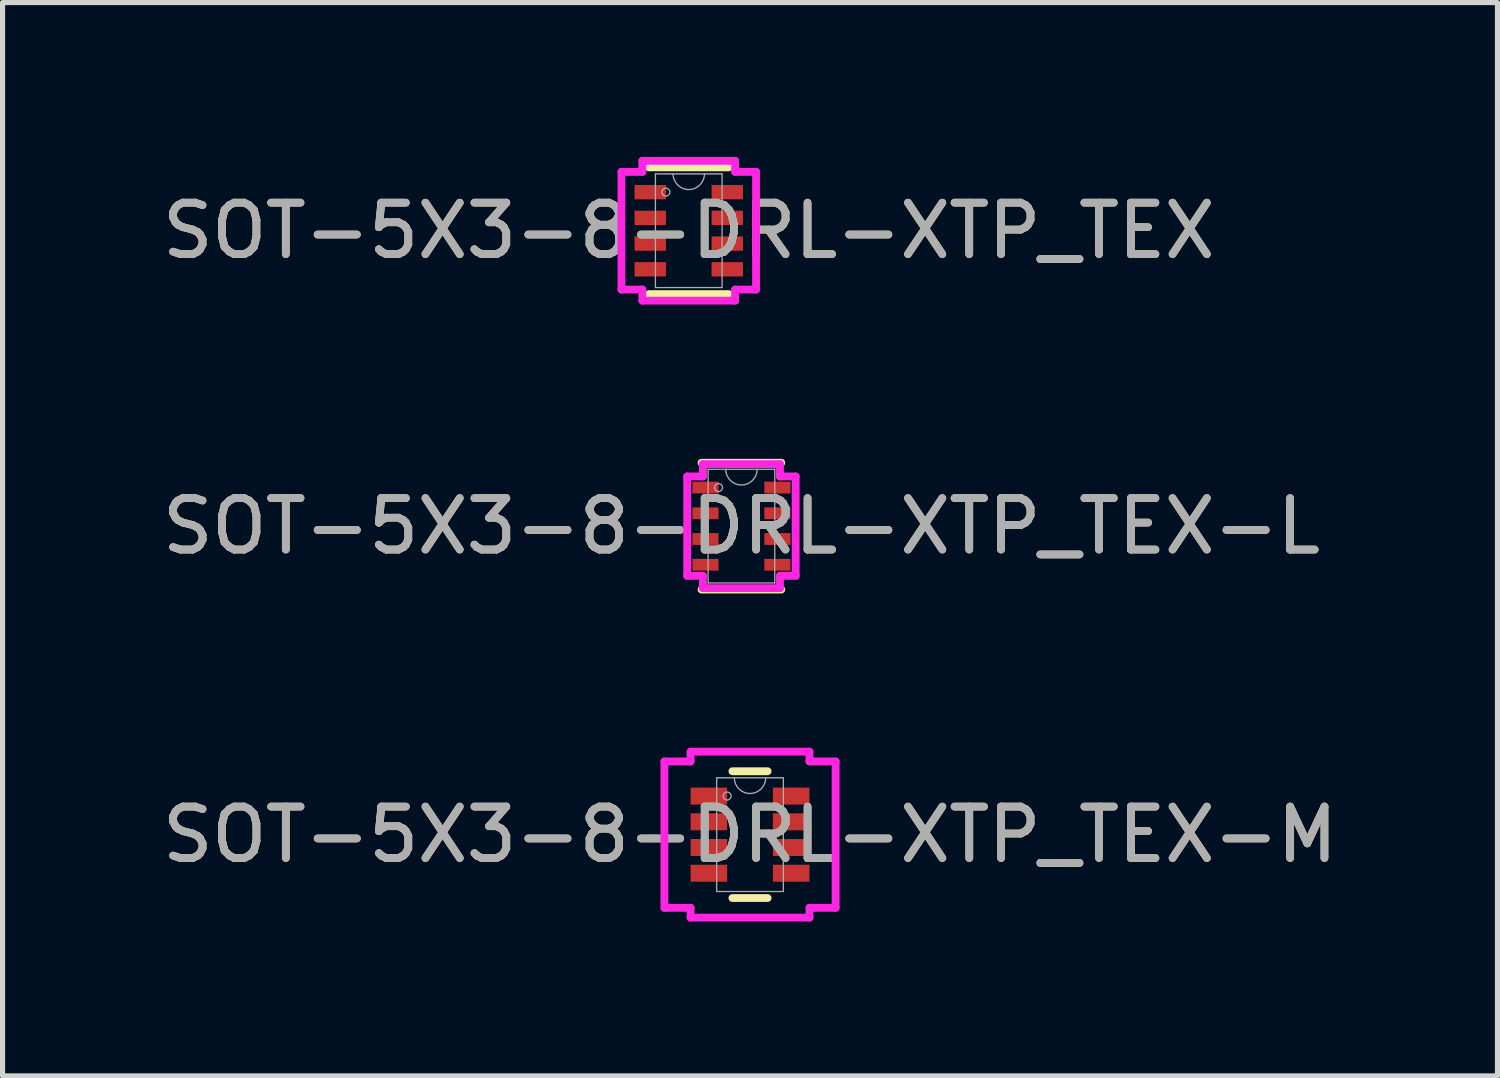
<source format=kicad_pcb>
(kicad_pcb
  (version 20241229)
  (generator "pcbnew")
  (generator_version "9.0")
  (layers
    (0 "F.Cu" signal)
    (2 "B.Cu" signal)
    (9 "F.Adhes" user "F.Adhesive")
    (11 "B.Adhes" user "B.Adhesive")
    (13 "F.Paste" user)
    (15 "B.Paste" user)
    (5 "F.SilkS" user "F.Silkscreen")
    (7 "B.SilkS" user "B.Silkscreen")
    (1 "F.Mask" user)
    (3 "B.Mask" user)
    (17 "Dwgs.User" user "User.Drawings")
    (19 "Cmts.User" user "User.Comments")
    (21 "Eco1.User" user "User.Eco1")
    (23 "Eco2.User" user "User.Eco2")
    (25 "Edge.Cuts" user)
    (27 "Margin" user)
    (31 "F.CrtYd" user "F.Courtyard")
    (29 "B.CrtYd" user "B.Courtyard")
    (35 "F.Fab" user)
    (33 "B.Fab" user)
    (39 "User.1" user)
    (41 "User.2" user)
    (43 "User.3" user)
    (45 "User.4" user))
  (footprint "SOT-5X3-8-DRL-XTP_TEX-L"
    (layer "F.Cu")
    (at 11.363 7.178)
    (property "Reference" "SOT-5X3-8-DRL-XTP_TEX-L" (at 0 0 0) (unlocked yes) (layer "F.SilkS") (effects (font (size 1 1) (thickness 0.15))))
    (attr smd)
    (fp_line (start -0.775 1.232) (end 0.775 1.232) (stroke (width 0.152) (type solid)) (layer "F.SilkS"))
    (fp_line (start 0.775 -1.232) (end -0.775 -1.232) (stroke (width 0.152) (type solid)) (layer "F.SilkS"))
    (fp_line (start -1.054 -0.966) (end -0.749 -0.966) (stroke (width 0.152) (type solid)) (layer "F.CrtYd"))
    (fp_line (start -1.054 0.966) (end -1.054 -0.966) (stroke (width 0.152) (type solid)) (layer "F.CrtYd"))
    (fp_line (start -0.749 -1.206) (end 0.749 -1.206) (stroke (width 0.152) (type solid)) (layer "F.CrtYd"))
    (fp_line (start -0.749 -0.966) (end -0.749 -1.206) (stroke (width 0.152) (type solid)) (layer "F.CrtYd"))
    (fp_line (start -0.749 0.966) (end -1.054 0.966) (stroke (width 0.152) (type solid)) (layer "F.CrtYd"))
    (fp_line (start -0.749 1.206) (end -0.749 0.966) (stroke (width 0.152) (type solid)) (layer "F.CrtYd"))
    (fp_line (start 0.749 -1.206) (end 0.749 -0.966) (stroke (width 0.152) (type solid)) (layer "F.CrtYd"))
    (fp_line (start 0.749 -0.966) (end 1.054 -0.966) (stroke (width 0.152) (type solid)) (layer "F.CrtYd"))
    (fp_line (start 0.749 0.966) (end 0.749 1.206) (stroke (width 0.152) (type solid)) (layer "F.CrtYd"))
    (fp_line (start 0.749 1.206) (end -0.749 1.206) (stroke (width 0.152) (type solid)) (layer "F.CrtYd"))
    (fp_line (start 1.054 -0.966) (end 1.054 0.966) (stroke (width 0.152) (type solid)) (layer "F.CrtYd"))
    (fp_line (start 1.054 0.966) (end 0.749 0.966) (stroke (width 0.152) (type solid)) (layer "F.CrtYd"))
    (fp_line (start -0.648 -1.105) (end -0.648 1.105) (stroke (width 0.025) (type solid)) (layer "F.Fab"))
    (fp_line (start -0.648 1.105) (end 0.648 1.105) (stroke (width 0.025) (type solid)) (layer "F.Fab"))
    (fp_line (start 0.648 -1.105) (end -0.648 -1.105) (stroke (width 0.025) (type solid)) (layer "F.Fab"))
    (fp_line (start 0.648 1.105) (end 0.648 -1.105) (stroke (width 0.025) (type solid)) (layer "F.Fab"))
    (fp_arc (start 0.3048 -1.1049) (mid 0 -0.8001) (end -0.3048 -1.1049) (stroke (width 0.0254) (type solid)) (layer "F.Fab"))
    (fp_circle (center -0.445 -0.75) (end -0.368 -0.75) (stroke (width 0.025) (type solid)) (fill no) (layer "F.Fab"))
    (fp_text user "${REFERENCE}" (at 0 0 0) (unlocked yes) (layer "F.Fab") (effects (font (size 1 1) (thickness 0.15))))
    (pad "1" smd rect (at -0.699 -0.75) (size 0.508 0.229) (layers "F.Cu" "F.Mask" "F.Paste"))
    (pad "2" smd rect (at -0.699 -0.25) (size 0.508 0.229) (layers "F.Cu" "F.Mask" "F.Paste"))
    (pad "3" smd rect (at -0.699 0.25) (size 0.508 0.229) (layers "F.Cu" "F.Mask" "F.Paste"))
    (pad "4" smd rect (at -0.699 0.75) (size 0.508 0.229) (layers "F.Cu" "F.Mask" "F.Paste"))
    (pad "5" smd rect (at 0.699 0.75) (size 0.508 0.229) (layers "F.Cu" "F.Mask" "F.Paste"))
    (pad "6" smd rect (at 0.699 0.25) (size 0.508 0.229) (layers "F.Cu" "F.Mask" "F.Paste"))
    (pad "7" smd rect (at 0.699 -0.25) (size 0.508 0.229) (layers "F.Cu" "F.Mask" "F.Paste"))
    (pad "8" smd rect (at 0.699 -0.75) (size 0.508 0.229) (layers "F.Cu" "F.Mask" "F.Paste")))
  (footprint "SOT-5X3-8-DRL-XTP_TEX-M"
    (layer "F.Cu")
    (at 11.53 13.175)
    (property "Reference" "SOT-5X3-8-DRL-XTP_TEX-M" (at 0 0 0) (unlocked yes) (layer "F.SilkS") (effects (font (size 1 1) (thickness 0.15))))
    (attr smd)
    (fp_line (start -0.342 1.232) (end 0.342 1.232) (stroke (width 0.152) (type solid)) (layer "F.SilkS"))
    (fp_line (start 0.342 -1.232) (end -0.342 -1.232) (stroke (width 0.152) (type solid)) (layer "F.SilkS"))
    (fp_line (start -1.664 -1.423) (end -1.156 -1.423) (stroke (width 0.152) (type solid)) (layer "F.CrtYd"))
    (fp_line (start -1.664 1.423) (end -1.664 -1.423) (stroke (width 0.152) (type solid)) (layer "F.CrtYd"))
    (fp_line (start -1.156 -1.613) (end 1.156 -1.613) (stroke (width 0.152) (type solid)) (layer "F.CrtYd"))
    (fp_line (start -1.156 -1.423) (end -1.156 -1.613) (stroke (width 0.152) (type solid)) (layer "F.CrtYd"))
    (fp_line (start -1.156 1.423) (end -1.664 1.423) (stroke (width 0.152) (type solid)) (layer "F.CrtYd"))
    (fp_line (start -1.156 1.613) (end -1.156 1.423) (stroke (width 0.152) (type solid)) (layer "F.CrtYd"))
    (fp_line (start 1.156 -1.613) (end 1.156 -1.423) (stroke (width 0.152) (type solid)) (layer "F.CrtYd"))
    (fp_line (start 1.156 -1.423) (end 1.664 -1.423) (stroke (width 0.152) (type solid)) (layer "F.CrtYd"))
    (fp_line (start 1.156 1.423) (end 1.156 1.613) (stroke (width 0.152) (type solid)) (layer "F.CrtYd"))
    (fp_line (start 1.156 1.613) (end -1.156 1.613) (stroke (width 0.152) (type solid)) (layer "F.CrtYd"))
    (fp_line (start 1.664 -1.423) (end 1.664 1.423) (stroke (width 0.152) (type solid)) (layer "F.CrtYd"))
    (fp_line (start 1.664 1.423) (end 1.156 1.423) (stroke (width 0.152) (type solid)) (layer "F.CrtYd"))
    (fp_line (start -0.648 -1.105) (end -0.648 1.105) (stroke (width 0.025) (type solid)) (layer "F.Fab"))
    (fp_line (start -0.648 1.105) (end 0.648 1.105) (stroke (width 0.025) (type solid)) (layer "F.Fab"))
    (fp_line (start 0.648 -1.105) (end -0.648 -1.105) (stroke (width 0.025) (type solid)) (layer "F.Fab"))
    (fp_line (start 0.648 1.105) (end 0.648 -1.105) (stroke (width 0.025) (type solid)) (layer "F.Fab"))
    (fp_arc (start 0.3048 -1.1049) (mid 0 -0.8001) (end -0.3048 -1.1049) (stroke (width 0.0254) (type solid)) (layer "F.Fab"))
    (fp_circle (center -0.445 -0.75) (end -0.368 -0.75) (stroke (width 0.025) (type solid)) (fill no) (layer "F.Fab"))
    (fp_text user "${REFERENCE}" (at 0 0 0) (unlocked yes) (layer "F.Fab") (effects (font (size 1 1) (thickness 0.15))))
    (pad "1" smd rect (at -0.8 -0.75) (size 0.711 0.33) (layers "F.Cu" "F.Mask" "F.Paste"))
    (pad "2" smd rect (at -0.8 -0.25) (size 0.711 0.33) (layers "F.Cu" "F.Mask" "F.Paste"))
    (pad "3" smd rect (at -0.8 0.25) (size 0.711 0.33) (layers "F.Cu" "F.Mask" "F.Paste"))
    (pad "4" smd rect (at -0.8 0.75) (size 0.711 0.33) (layers "F.Cu" "F.Mask" "F.Paste"))
    (pad "5" smd rect (at 0.8 0.75) (size 0.711 0.33) (layers "F.Cu" "F.Mask" "F.Paste"))
    (pad "6" smd rect (at 0.8 0.25) (size 0.711 0.33) (layers "F.Cu" "F.Mask" "F.Paste"))
    (pad "7" smd rect (at 0.8 -0.25) (size 0.711 0.33) (layers "F.Cu" "F.Mask" "F.Paste"))
    (pad "8" smd rect (at 0.8 -0.75) (size 0.711 0.33) (layers "F.Cu" "F.Mask" "F.Paste")))
  (footprint "SOT-5X3-8-DRL-XTP_TEX"
    (layer "F.Cu")
    (at 10.339 1.435)
    (property "Reference" "SOT-5X3-8-DRL-XTP_TEX" (at 0 0 0) (unlocked yes) (layer "F.SilkS") (effects (font (size 1 1) (thickness 0.15))))
    (attr smd)
    (fp_line (start -0.775 1.232) (end 0.775 1.232) (stroke (width 0.152) (type solid)) (layer "F.SilkS"))
    (fp_line (start 0.775 -1.232) (end -0.775 -1.232) (stroke (width 0.152) (type solid)) (layer "F.SilkS"))
    (fp_line (start -1.308 -1.144) (end -0.902 -1.144) (stroke (width 0.152) (type solid)) (layer "F.CrtYd"))
    (fp_line (start -1.308 1.144) (end -1.308 -1.144) (stroke (width 0.152) (type solid)) (layer "F.CrtYd"))
    (fp_line (start -0.902 -1.359) (end 0.902 -1.359) (stroke (width 0.152) (type solid)) (layer "F.CrtYd"))
    (fp_line (start -0.902 -1.144) (end -0.902 -1.359) (stroke (width 0.152) (type solid)) (layer "F.CrtYd"))
    (fp_line (start -0.902 1.144) (end -1.308 1.144) (stroke (width 0.152) (type solid)) (layer "F.CrtYd"))
    (fp_line (start -0.902 1.359) (end -0.902 1.144) (stroke (width 0.152) (type solid)) (layer "F.CrtYd"))
    (fp_line (start 0.902 -1.359) (end 0.902 -1.144) (stroke (width 0.152) (type solid)) (layer "F.CrtYd"))
    (fp_line (start 0.902 -1.144) (end 1.308 -1.144) (stroke (width 0.152) (type solid)) (layer "F.CrtYd"))
    (fp_line (start 0.902 1.144) (end 0.902 1.359) (stroke (width 0.152) (type solid)) (layer "F.CrtYd"))
    (fp_line (start 0.902 1.359) (end -0.902 1.359) (stroke (width 0.152) (type solid)) (layer "F.CrtYd"))
    (fp_line (start 1.308 -1.144) (end 1.308 1.144) (stroke (width 0.152) (type solid)) (layer "F.CrtYd"))
    (fp_line (start 1.308 1.144) (end 0.902 1.144) (stroke (width 0.152) (type solid)) (layer "F.CrtYd"))
    (fp_line (start -0.648 -1.105) (end -0.648 1.105) (stroke (width 0.025) (type solid)) (layer "F.Fab"))
    (fp_line (start -0.648 1.105) (end 0.648 1.105) (stroke (width 0.025) (type solid)) (layer "F.Fab"))
    (fp_line (start 0.648 -1.105) (end -0.648 -1.105) (stroke (width 0.025) (type solid)) (layer "F.Fab"))
    (fp_line (start 0.648 1.105) (end 0.648 -1.105) (stroke (width 0.025) (type solid)) (layer "F.Fab"))
    (fp_arc (start 0.3048 -1.1049) (mid 0 -0.8001) (end -0.3048 -1.1049) (stroke (width 0.0254) (type solid)) (layer "F.Fab"))
    (fp_circle (center -0.445 -0.75) (end -0.368 -0.75) (stroke (width 0.025) (type solid)) (fill no) (layer "F.Fab"))
    (fp_text user "${REFERENCE}" (at 0 0 0) (unlocked yes) (layer "F.Fab") (effects (font (size 1 1) (thickness 0.15))))
    (pad "1" smd rect (at -0.749 -0.75) (size 0.61 0.279) (layers "F.Cu" "F.Mask" "F.Paste"))
    (pad "2" smd rect (at -0.749 -0.25) (size 0.61 0.279) (layers "F.Cu" "F.Mask" "F.Paste"))
    (pad "3" smd rect (at -0.749 0.25) (size 0.61 0.279) (layers "F.Cu" "F.Mask" "F.Paste"))
    (pad "4" smd rect (at -0.749 0.75) (size 0.61 0.279) (layers "F.Cu" "F.Mask" "F.Paste"))
    (pad "5" smd rect (at 0.749 0.75) (size 0.61 0.279) (layers "F.Cu" "F.Mask" "F.Paste"))
    (pad "6" smd rect (at 0.749 0.25) (size 0.61 0.279) (layers "F.Cu" "F.Mask" "F.Paste"))
    (pad "7" smd rect (at 0.749 -0.25) (size 0.61 0.279) (layers "F.Cu" "F.Mask" "F.Paste"))
    (pad "8" smd rect (at 0.749 -0.75) (size 0.61 0.279) (layers "F.Cu" "F.Mask" "F.Paste")))
  (gr_rect
    (start -3 -3)
    (end 26.06 17.865)
    (stroke (width 0.1) (type default))
    (fill no)
    (layer "Edge.Cuts")))
</source>
